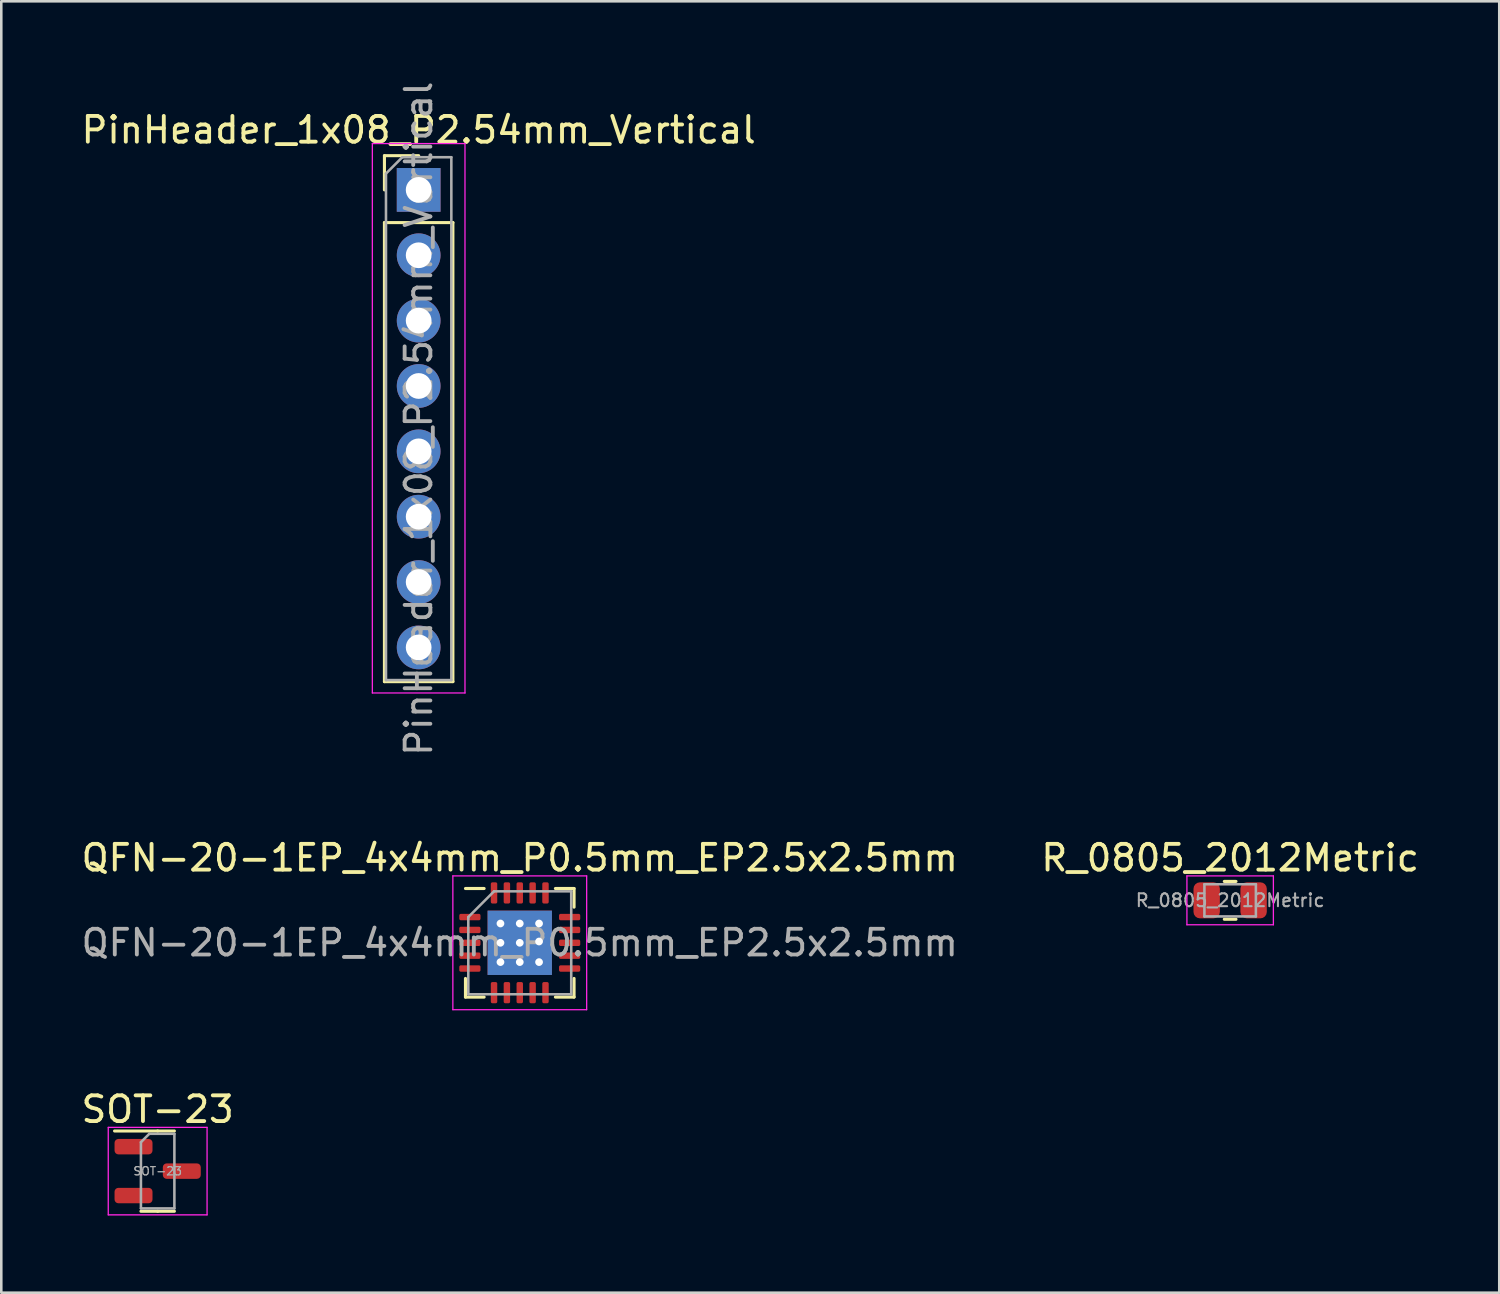
<source format=kicad_pcb>
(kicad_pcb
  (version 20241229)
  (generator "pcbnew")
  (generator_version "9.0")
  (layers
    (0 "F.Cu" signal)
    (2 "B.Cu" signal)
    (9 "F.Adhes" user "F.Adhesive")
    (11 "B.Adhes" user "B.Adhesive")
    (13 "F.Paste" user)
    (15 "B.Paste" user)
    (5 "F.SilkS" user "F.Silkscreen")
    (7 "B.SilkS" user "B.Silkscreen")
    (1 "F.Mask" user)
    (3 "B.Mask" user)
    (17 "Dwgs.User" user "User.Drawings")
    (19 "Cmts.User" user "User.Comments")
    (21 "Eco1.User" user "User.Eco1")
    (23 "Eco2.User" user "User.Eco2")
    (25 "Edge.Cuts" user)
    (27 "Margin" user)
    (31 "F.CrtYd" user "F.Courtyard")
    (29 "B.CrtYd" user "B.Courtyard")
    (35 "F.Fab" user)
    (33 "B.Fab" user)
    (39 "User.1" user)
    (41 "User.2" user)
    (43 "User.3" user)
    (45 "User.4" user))
  (footprint "R_0805_2012Metric"
    (layer "F.Cu")
    (at 44.756 31.939)
    (property "Reference" "R_0805_2012Metric" (at 0 -1.65 0) (layer "F.SilkS") (effects (font (size 1 1) (thickness 0.15))))
    (attr smd)
    (fp_line (start -0.227 -0.735) (end 0.227 -0.735) (stroke (width 0.12) (type solid)) (layer "F.SilkS"))
    (fp_line (start -0.227 0.735) (end 0.227 0.735) (stroke (width 0.12) (type solid)) (layer "F.SilkS"))
    (fp_line (start -1.68 -0.95) (end 1.68 -0.95) (stroke (width 0.05) (type solid)) (layer "F.CrtYd"))
    (fp_line (start -1.68 0.95) (end -1.68 -0.95) (stroke (width 0.05) (type solid)) (layer "F.CrtYd"))
    (fp_line (start 1.68 -0.95) (end 1.68 0.95) (stroke (width 0.05) (type solid)) (layer "F.CrtYd"))
    (fp_line (start 1.68 0.95) (end -1.68 0.95) (stroke (width 0.05) (type solid)) (layer "F.CrtYd"))
    (fp_line (start -1 -0.625) (end 1 -0.625) (stroke (width 0.1) (type solid)) (layer "F.Fab"))
    (fp_line (start -1 0.625) (end -1 -0.625) (stroke (width 0.1) (type solid)) (layer "F.Fab"))
    (fp_line (start 1 -0.625) (end 1 0.625) (stroke (width 0.1) (type solid)) (layer "F.Fab"))
    (fp_line (start 1 0.625) (end -1 0.625) (stroke (width 0.1) (type solid)) (layer "F.Fab"))
    (fp_text user "${REFERENCE}" (at 0 0 0) (layer "F.Fab") (effects (font (size 0.5 0.5) (thickness 0.08))))
    (pad "1" smd roundrect (at -0.912 0) (size 1.025 1.4) (layers "F.Cu" "F.Mask" "F.Paste") (roundrect_rratio 0.244))
    (pad "2" smd roundrect (at 0.912 0) (size 1.025 1.4) (layers "F.Cu" "F.Mask" "F.Paste") (roundrect_rratio 0.244)))
  (footprint "QFN-20-1EP_4x4mm_P0.5mm_EP2.5x2.5mm"
    (layer "F.Cu")
    (at 17.149 33.589)
    (property "Reference" "QFN-20-1EP_4x4mm_P0.5mm_EP2.5x2.5mm" (at 0 -3.3 0) (layer "F.SilkS") (effects (font (size 1 1) (thickness 0.15))))
    (attr smd)
    (fp_line (start -2.11 2.11) (end -2.11 1.385) (stroke (width 0.12) (type solid)) (layer "F.SilkS"))
    (fp_line (start -1.385 -2.11) (end -2.11 -2.11) (stroke (width 0.12) (type solid)) (layer "F.SilkS"))
    (fp_line (start -1.385 2.11) (end -2.11 2.11) (stroke (width 0.12) (type solid)) (layer "F.SilkS"))
    (fp_line (start 1.385 -2.11) (end 2.11 -2.11) (stroke (width 0.12) (type solid)) (layer "F.SilkS"))
    (fp_line (start 1.385 2.11) (end 2.11 2.11) (stroke (width 0.12) (type solid)) (layer "F.SilkS"))
    (fp_line (start 2.11 -2.11) (end 2.11 -1.385) (stroke (width 0.12) (type solid)) (layer "F.SilkS"))
    (fp_line (start 2.11 2.11) (end 2.11 1.385) (stroke (width 0.12) (type solid)) (layer "F.SilkS"))
    (fp_line (start -2.6 -2.6) (end -2.6 2.6) (stroke (width 0.05) (type solid)) (layer "F.CrtYd"))
    (fp_line (start -2.6 2.6) (end 2.6 2.6) (stroke (width 0.05) (type solid)) (layer "F.CrtYd"))
    (fp_line (start 2.6 -2.6) (end -2.6 -2.6) (stroke (width 0.05) (type solid)) (layer "F.CrtYd"))
    (fp_line (start 2.6 2.6) (end 2.6 -2.6) (stroke (width 0.05) (type solid)) (layer "F.CrtYd"))
    (fp_line (start -2 -1) (end -1 -2) (stroke (width 0.1) (type solid)) (layer "F.Fab"))
    (fp_line (start -2 2) (end -2 -1) (stroke (width 0.1) (type solid)) (layer "F.Fab"))
    (fp_line (start -1 -2) (end 2 -2) (stroke (width 0.1) (type solid)) (layer "F.Fab"))
    (fp_line (start 2 -2) (end 2 2) (stroke (width 0.1) (type solid)) (layer "F.Fab"))
    (fp_line (start 2 2) (end -2 2) (stroke (width 0.1) (type solid)) (layer "F.Fab"))
    (fp_text user "${REFERENCE}" (at 0 0 0) (layer "F.Fab") (effects (font (size 1 1) (thickness 0.15))))
    (pad "" smd roundrect (at -0.625 -0.625) (size 1.01 1.01) (layers "F.Paste") (roundrect_rratio 0.248))
    (pad "" smd roundrect (at -0.625 0.625) (size 1.01 1.01) (layers "F.Paste") (roundrect_rratio 0.248))
    (pad "" smd roundrect (at 0.625 -0.625) (size 1.01 1.01) (layers "F.Paste") (roundrect_rratio 0.248))
    (pad "" smd roundrect (at 0.625 0.625) (size 1.01 1.01) (layers "F.Paste") (roundrect_rratio 0.248))
    (pad "1" smd roundrect (at -1.938 -1) (size 0.825 0.25) (layers "F.Cu" "F.Mask" "F.Paste") (roundrect_rratio 0.25))
    (pad "2" smd roundrect (at -1.938 -0.5) (size 0.825 0.25) (layers "F.Cu" "F.Mask" "F.Paste") (roundrect_rratio 0.25))
    (pad "3" smd roundrect (at -1.938 0) (size 0.825 0.25) (layers "F.Cu" "F.Mask" "F.Paste") (roundrect_rratio 0.25))
    (pad "4" smd roundrect (at -1.938 0.5) (size 0.825 0.25) (layers "F.Cu" "F.Mask" "F.Paste") (roundrect_rratio 0.25))
    (pad "5" smd roundrect (at -1.938 1) (size 0.825 0.25) (layers "F.Cu" "F.Mask" "F.Paste") (roundrect_rratio 0.25))
    (pad "6" smd roundrect (at -1 1.938) (size 0.25 0.825) (layers "F.Cu" "F.Mask" "F.Paste") (roundrect_rratio 0.25))
    (pad "7" smd roundrect (at -0.5 1.938) (size 0.25 0.825) (layers "F.Cu" "F.Mask" "F.Paste") (roundrect_rratio 0.25))
    (pad "8" smd roundrect (at 0 1.938) (size 0.25 0.825) (layers "F.Cu" "F.Mask" "F.Paste") (roundrect_rratio 0.25))
    (pad "9" smd roundrect (at 0.5 1.938) (size 0.25 0.825) (layers "F.Cu" "F.Mask" "F.Paste") (roundrect_rratio 0.25))
    (pad "10" smd roundrect (at 1 1.938) (size 0.25 0.825) (layers "F.Cu" "F.Mask" "F.Paste") (roundrect_rratio 0.25))
    (pad "11" smd roundrect (at 1.938 1) (size 0.825 0.25) (layers "F.Cu" "F.Mask" "F.Paste") (roundrect_rratio 0.25))
    (pad "12" smd roundrect (at 1.938 0.5) (size 0.825 0.25) (layers "F.Cu" "F.Mask" "F.Paste") (roundrect_rratio 0.25))
    (pad "13" smd roundrect (at 1.938 0) (size 0.825 0.25) (layers "F.Cu" "F.Mask" "F.Paste") (roundrect_rratio 0.25))
    (pad "14" smd roundrect (at 1.938 -0.5) (size 0.825 0.25) (layers "F.Cu" "F.Mask" "F.Paste") (roundrect_rratio 0.25))
    (pad "15" smd roundrect (at 1.938 -1) (size 0.825 0.25) (layers "F.Cu" "F.Mask" "F.Paste") (roundrect_rratio 0.25))
    (pad "16" smd roundrect (at 1 -1.938) (size 0.25 0.825) (layers "F.Cu" "F.Mask" "F.Paste") (roundrect_rratio 0.25))
    (pad "17" smd roundrect (at 0.5 -1.938) (size 0.25 0.825) (layers "F.Cu" "F.Mask" "F.Paste") (roundrect_rratio 0.25))
    (pad "18" smd roundrect (at 0 -1.938) (size 0.25 0.825) (layers "F.Cu" "F.Mask" "F.Paste") (roundrect_rratio 0.25))
    (pad "19" smd roundrect (at -0.5 -1.938) (size 0.25 0.825) (layers "F.Cu" "F.Mask" "F.Paste") (roundrect_rratio 0.25))
    (pad "20" smd roundrect (at -1 -1.938) (size 0.25 0.825) (layers "F.Cu" "F.Mask" "F.Paste") (roundrect_rratio 0.25))
    (pad "21" thru_hole oval (at -0.75 -0.75) (size 0.6 0.6) (drill 0.3) (layers "*.Cu" "F.Mask"))
    (pad "21" thru_hole oval (at -0.75 0) (size 0.6 0.6) (drill 0.3) (layers "*.Cu" "F.Mask"))
    (pad "21" thru_hole oval (at -0.75 0.75) (size 0.6 0.6) (drill 0.3) (layers "*.Cu" "F.Mask"))
    (pad "21" thru_hole oval (at 0 -0.75) (size 0.6 0.6) (drill 0.3) (layers "*.Cu" "F.Mask"))
    (pad "21" thru_hole oval (at 0 0) (size 0.6 0.6) (drill 0.3) (layers "*.Cu" "F.Mask"))
    (pad "21" smd rect (at 0 0) (size 2.5 2.5) (layers "F.Cu" "F.Mask"))
    (pad "21" smd rect (at 0 0) (size 2.5 2.5) (layers "F.Mask" "B.Cu"))
    (pad "21" thru_hole oval (at 0 0.75) (size 0.6 0.6) (drill 0.3) (layers "*.Cu" "F.Mask"))
    (pad "21" thru_hole oval (at 0.75 -0.75) (size 0.6 0.6) (drill 0.3) (layers "*.Cu" "F.Mask"))
    (pad "21" thru_hole oval (at 0.75 -0.05) (size 0.6 0.6) (drill 0.3) (layers "*.Cu" "F.Mask"))
    (pad "21" thru_hole oval (at 0.75 0.75) (size 0.6 0.6) (drill 0.3) (layers "*.Cu" "F.Mask")))
  (footprint "PinHeader_1x08_P2.54mm_Vertical"
    (layer "F.Cu")
    (at 13.22 4.33)
    (property "Reference" "PinHeader_1x08_P2.54mm_Vertical" (at 0 -2.33 0) (layer "F.SilkS") (effects (font (size 1 1) (thickness 0.15))))
    (attr through_hole)
    (fp_line (start -1.33 -1.33) (end 0 -1.33) (stroke (width 0.12) (type solid)) (layer "F.SilkS"))
    (fp_line (start -1.33 0) (end -1.33 -1.33) (stroke (width 0.12) (type solid)) (layer "F.SilkS"))
    (fp_line (start -1.33 1.27) (end -1.33 19.11) (stroke (width 0.12) (type solid)) (layer "F.SilkS"))
    (fp_line (start -1.33 1.27) (end 1.33 1.27) (stroke (width 0.12) (type solid)) (layer "F.SilkS"))
    (fp_line (start -1.33 19.11) (end 1.33 19.11) (stroke (width 0.12) (type solid)) (layer "F.SilkS"))
    (fp_line (start 1.33 1.27) (end 1.33 19.11) (stroke (width 0.12) (type solid)) (layer "F.SilkS"))
    (fp_line (start -1.8 -1.8) (end -1.8 19.55) (stroke (width 0.05) (type solid)) (layer "F.CrtYd"))
    (fp_line (start -1.8 19.55) (end 1.8 19.55) (stroke (width 0.05) (type solid)) (layer "F.CrtYd"))
    (fp_line (start 1.8 -1.8) (end -1.8 -1.8) (stroke (width 0.05) (type solid)) (layer "F.CrtYd"))
    (fp_line (start 1.8 19.55) (end 1.8 -1.8) (stroke (width 0.05) (type solid)) (layer "F.CrtYd"))
    (fp_line (start -1.27 -0.635) (end -0.635 -1.27) (stroke (width 0.1) (type solid)) (layer "F.Fab"))
    (fp_line (start -1.27 19.05) (end -1.27 -0.635) (stroke (width 0.1) (type solid)) (layer "F.Fab"))
    (fp_line (start -0.635 -1.27) (end 1.27 -1.27) (stroke (width 0.1) (type solid)) (layer "F.Fab"))
    (fp_line (start 1.27 -1.27) (end 1.27 19.05) (stroke (width 0.1) (type solid)) (layer "F.Fab"))
    (fp_line (start 1.27 19.05) (end -1.27 19.05) (stroke (width 0.1) (type solid)) (layer "F.Fab"))
    (fp_text user "${REFERENCE}" (at 0 8.89 90) (layer "F.Fab") (effects (font (size 1 1) (thickness 0.15))))
    (pad "1" thru_hole rect (at 0 0) (size 1.7 1.7) (drill 1) (layers "*.Cu" "*.Mask"))
    (pad "2" thru_hole oval (at 0 2.54) (size 1.7 1.7) (drill 1) (layers "*.Cu" "*.Mask"))
    (pad "3" thru_hole oval (at 0 5.08) (size 1.7 1.7) (drill 1) (layers "*.Cu" "*.Mask"))
    (pad "4" thru_hole oval (at 0 7.62) (size 1.7 1.7) (drill 1) (layers "*.Cu" "*.Mask"))
    (pad "5" thru_hole oval (at 0 10.16) (size 1.7 1.7) (drill 1) (layers "*.Cu" "*.Mask"))
    (pad "6" thru_hole oval (at 0 12.7) (size 1.7 1.7) (drill 1) (layers "*.Cu" "*.Mask"))
    (pad "7" thru_hole oval (at 0 15.24) (size 1.7 1.7) (drill 1) (layers "*.Cu" "*.Mask"))
    (pad "8" thru_hole oval (at 0 17.78) (size 1.7 1.7) (drill 1) (layers "*.Cu" "*.Mask")))
  (footprint "SOT-23"
    (layer "F.Cu")
    (at 3.077 42.462)
    (property "Reference" "SOT-23" (at 0 -2.4 0) (layer "F.SilkS") (effects (font (size 1 1) (thickness 0.15))))
    (attr smd)
    (fp_line (start 0 -1.56) (end -1.675 -1.56) (stroke (width 0.12) (type solid)) (layer "F.SilkS"))
    (fp_line (start 0 -1.56) (end 0.65 -1.56) (stroke (width 0.12) (type solid)) (layer "F.SilkS"))
    (fp_line (start 0 1.56) (end -0.65 1.56) (stroke (width 0.12) (type solid)) (layer "F.SilkS"))
    (fp_line (start 0 1.56) (end 0.65 1.56) (stroke (width 0.12) (type solid)) (layer "F.SilkS"))
    (fp_line (start -1.92 -1.7) (end -1.92 1.7) (stroke (width 0.05) (type solid)) (layer "F.CrtYd"))
    (fp_line (start -1.92 1.7) (end 1.92 1.7) (stroke (width 0.05) (type solid)) (layer "F.CrtYd"))
    (fp_line (start 1.92 -1.7) (end -1.92 -1.7) (stroke (width 0.05) (type solid)) (layer "F.CrtYd"))
    (fp_line (start 1.92 1.7) (end 1.92 -1.7) (stroke (width 0.05) (type solid)) (layer "F.CrtYd"))
    (fp_line (start -0.65 -1.125) (end -0.325 -1.45) (stroke (width 0.1) (type solid)) (layer "F.Fab"))
    (fp_line (start -0.65 1.45) (end -0.65 -1.125) (stroke (width 0.1) (type solid)) (layer "F.Fab"))
    (fp_line (start -0.325 -1.45) (end 0.65 -1.45) (stroke (width 0.1) (type solid)) (layer "F.Fab"))
    (fp_line (start 0.65 -1.45) (end 0.65 1.45) (stroke (width 0.1) (type solid)) (layer "F.Fab"))
    (fp_line (start 0.65 1.45) (end -0.65 1.45) (stroke (width 0.1) (type solid)) (layer "F.Fab"))
    (fp_text user "${REFERENCE}" (at 0 0 0) (layer "F.Fab") (effects (font (size 0.32 0.32) (thickness 0.05))))
    (pad "1" smd roundrect (at -0.938 -0.95) (size 1.475 0.6) (layers "F.Cu" "F.Mask" "F.Paste") (roundrect_rratio 0.25))
    (pad "2" smd roundrect (at -0.938 0.95) (size 1.475 0.6) (layers "F.Cu" "F.Mask" "F.Paste") (roundrect_rratio 0.25))
    (pad "3" smd roundrect (at 0.938 0) (size 1.475 0.6) (layers "F.Cu" "F.Mask" "F.Paste") (roundrect_rratio 0.25)))
  (gr_rect
    (start -3 -3)
    (end 55.214 47.187)
    (stroke (width 0.1) (type default))
    (fill no)
    (layer "Edge.Cuts")))
</source>
